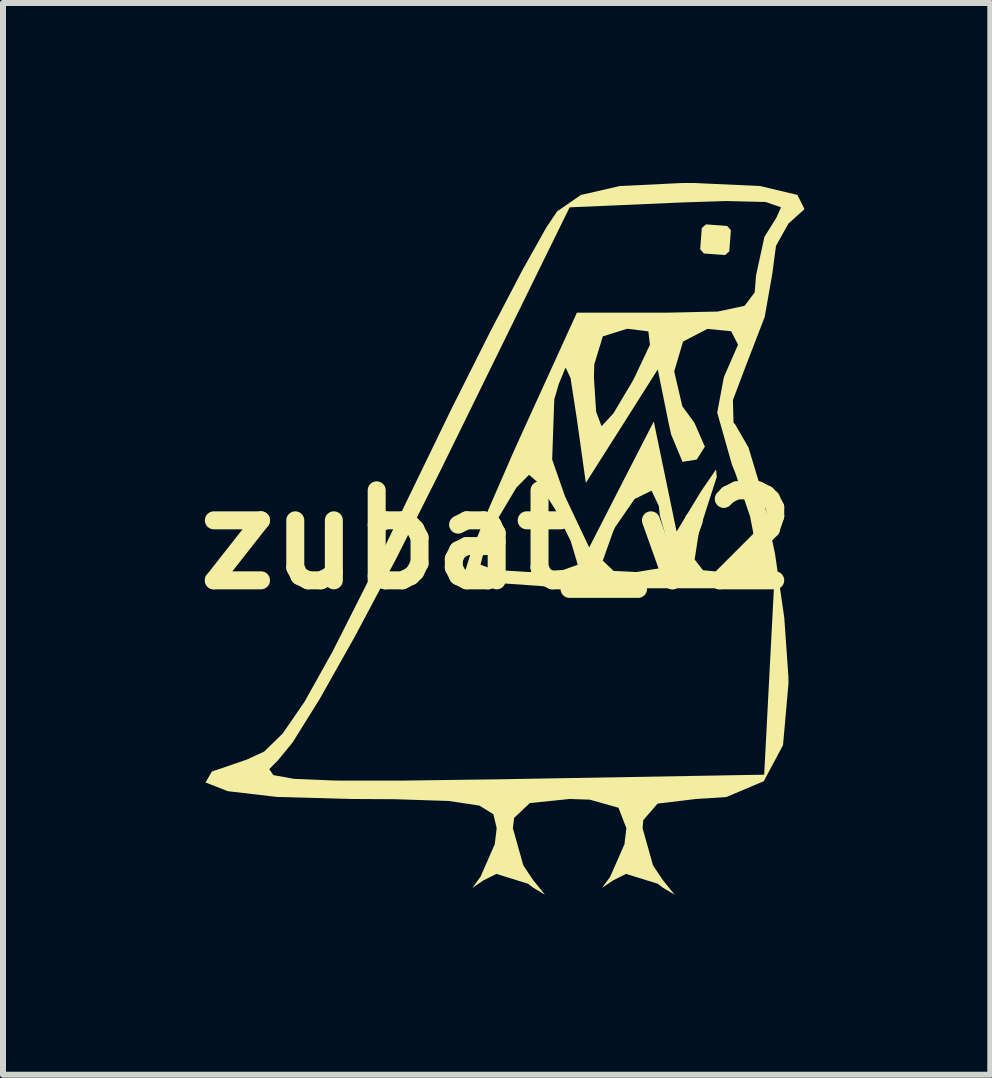
<source format=kicad_pcb>
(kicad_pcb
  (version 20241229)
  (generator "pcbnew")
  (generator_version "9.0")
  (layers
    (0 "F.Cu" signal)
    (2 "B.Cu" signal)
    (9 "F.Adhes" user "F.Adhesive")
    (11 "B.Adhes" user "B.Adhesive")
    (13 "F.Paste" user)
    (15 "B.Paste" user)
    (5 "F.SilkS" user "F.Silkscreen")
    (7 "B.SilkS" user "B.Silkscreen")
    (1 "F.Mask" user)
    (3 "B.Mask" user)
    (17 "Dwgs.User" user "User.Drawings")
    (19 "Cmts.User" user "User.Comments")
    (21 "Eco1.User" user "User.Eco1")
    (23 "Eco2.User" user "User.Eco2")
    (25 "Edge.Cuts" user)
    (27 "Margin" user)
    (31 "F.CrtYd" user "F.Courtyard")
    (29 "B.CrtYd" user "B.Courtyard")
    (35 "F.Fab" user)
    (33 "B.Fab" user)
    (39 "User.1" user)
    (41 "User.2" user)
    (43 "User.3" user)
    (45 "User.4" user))
  (footprint "zubat_v2"
    (layer "F.Cu")
    (at 5.229 5.945)
    (property "Reference" "zubat_v2" (at 0 0 0) (layer "F.SilkS") (effects (font (size 1.5 1.5) (thickness 0.3))))
    (attr board_only exclude_from_pos_files exclude_from_bom)
    (fp_poly (pts (xy 3.843 -5.228) (xy 3.904 -5.157) (xy 3.877 -4.804) (xy 3.806 -4.743) (xy 3.453 -4.77) (xy 3.392 -4.841) (xy 3.419 -5.194) (xy 3.49 -5.255)) (stroke (width 0) (type solid)) (fill yes) (layer "F.SilkS"))
    (fp_poly (pts (xy 4.392 -5.894) (xy 5.013 -5.746) (xy 5.131 -5.509) (xy 4.864 -5.269) (xy 4.656 -4.897) (xy 4.594 -4.429) (xy 4.468 -3.713) (xy 4.166 -2.929) (xy 4.163 -2.923) (xy 3.938 -2.326) (xy 3.948 -1.949) (xy 3.974 -1.923) (xy 4.197 -1.537) (xy 4.429 -0.767) (xy 4.639 0.231) (xy 4.794 1.302) (xy 4.863 2.29) (xy 4.864 2.398) (xy 4.773 3.426) (xy 4.452 4.027) (xy 3.83 4.29) (xy 3.324 4.323) (xy 2.683 4.4) (xy 2.444 4.675) (xy 2.432 4.81) (xy 2.606 5.429) (xy 2.77 5.675) (xy 2.967 5.919) (xy 2.773 5.803) (xy 2.682 5.735) (xy 2.156 5.572) (xy 1.939 5.681) (xy 1.756 5.805) (xy 1.891 5.62) (xy 2.13 5.077) (xy 2.162 4.81) (xy 2.03 4.469) (xy 1.551 4.334) (xy 1.216 4.323) (xy 0.553 4.391) (xy 0.291 4.638) (xy 0.27 4.81) (xy 0.444 5.429) (xy 0.608 5.675) (xy 0.805 5.919) (xy 0.611 5.803) (xy 0.52 5.735) (xy -0.005 5.572) (xy -0.223 5.681) (xy -0.406 5.805) (xy -0.27 5.62) (xy -0.032 5.077) (xy 0 4.81) (xy -0.055 4.577) (xy -0.289 4.433) (xy -0.802 4.356) (xy -1.695 4.327) (xy -2.432 4.323) (xy -3.664 4.289) (xy -4.482 4.193) (xy -4.853 4.048) (xy -4.747 3.865) (xy -4.628 3.825) (xy -3.791 3.825) (xy -3.723 3.925) (xy -3.379 3.987) (xy -2.693 4.016) (xy -1.603 4.017) (xy -0.042 3.996) (xy 0.141 3.993) (xy 4.459 3.918) (xy 4.54 2.364) (xy 4.621 0.811) (xy 2.04 0.811) (xy 0.934 0.788) (xy 0.065 0.726) (xy -0.45 0.636) (xy -0.54 0.574) (xy -0.492 0.418) (xy -0.27 0.418) (xy -0.035 0.504) (xy 0.532 0.54) (xy 0.54 0.54) (xy 1.11 0.505) (xy 1.351 0.419) (xy 1.351 0.418) (xy 1.331 0.35) (xy 1.769 0.35) (xy 1.948 0.521) (xy 2.332 0.54) (xy 2.826 0.459) (xy 2.886 0.169) (xy 2.866 0.113) (xy 2.72 -0.402) (xy 2.702 -0.563) (xy 2.581 -0.816) (xy 2.299 -0.677) (xy 1.978 -0.213) (xy 1.941 -0.135) (xy 1.769 0.35) (xy 1.331 0.35) (xy 1.236 0.029) (xy 0.976 -0.503) (xy 0.694 -0.946) (xy 0.54 -1.081) (xy 0.33 -0.869) (xy 0.042 -0.387) (xy -0.197 0.134) (xy -0.27 0.418) (xy -0.492 0.418) (xy -0.435 0.234) (xy -0.154 -0.465) (xy 0.225 -1.335) (xy 0.925 -1.335) (xy 1.14 -0.719) (xy 1.542 0.13) (xy 2.08 -0.92) (xy 2.619 -1.97) (xy 2.809 -1.052) (xy 2.999 -0.135) (xy 3.41 -0.811) (xy 3.657 -1.171) (xy 3.668 -1.046) (xy 3.636 -0.946) (xy 3.369 -0.114) (xy 3.3 0.331) (xy 3.439 0.51) (xy 3.751 0.54) (xy 4.219 0.375) (xy 4.323 0.126) (xy 4.224 -0.385) (xy 3.978 -1.111) (xy 3.922 -1.249) (xy 3.676 -2.117) (xy 3.787 -2.709) (xy 4.023 -3.249) (xy 3.909 -3.473) (xy 3.513 -3.513) (xy 3.107 -3.302) (xy 2.959 -2.804) (xy 3.095 -2.223) (xy 3.297 -1.946) (xy 3.47 -1.55) (xy 3.334 -1.334) (xy 3.097 -1.297) (xy 2.908 -1.753) (xy 2.866 -1.942) (xy 2.685 -2.837) (xy 2.086 -1.891) (xy 1.486 -0.946) (xy 1.334 -2.027) (xy 1.231 -2.694) (xy 1.227 -2.702) (xy 1.621 -2.702) (xy 1.658 -2.132) (xy 1.748 -1.892) (xy 1.749 -1.891) (xy 1.946 -2.105) (xy 2.257 -2.627) (xy 2.297 -2.702) (xy 2.555 -3.249) (xy 2.528 -3.471) (xy 2.194 -3.513) (xy 2.169 -3.513) (xy 1.769 -3.388) (xy 1.627 -2.922) (xy 1.621 -2.702) (xy 1.227 -2.702) (xy 1.149 -2.869) (xy 1.036 -2.596) (xy 0.96 -2.337) (xy 0.925 -1.335) (xy 0.225 -1.335) (xy 0.249 -1.392) (xy 0.398 -1.723) (xy 1.337 -3.783) (xy 2.83 -3.783) (xy 3.686 -3.802) (xy 4.132 -3.897) (xy 4.301 -4.121) (xy 4.323 -4.404) (xy 4.463 -5.047) (xy 4.661 -5.364) (xy 4.74 -5.539) (xy 4.484 -5.628) (xy 3.816 -5.644) (xy 3.107 -5.621) (xy 1.216 -5.539) (xy -0.951 -1.123) (xy -1.676 0.319) (xy -2.359 1.607) (xy -2.95 2.656) (xy -3.401 3.38) (xy -3.647 3.68) (xy -3.791 3.825) (xy -4.628 3.825) (xy -4.167 3.667) (xy -3.875 3.532) (xy -3.567 3.232) (xy -3.201 2.699) (xy -2.736 1.866) (xy -2.13 0.666) (xy -1.445 -0.754) (xy -0.755 -2.177) (xy -0.114 -3.454) (xy 0.429 -4.493) (xy 0.828 -5.204) (xy 1.008 -5.472) (xy 1.403 -5.745) (xy 2.051 -5.894) (xy 3.085 -5.944) (xy 3.284 -5.945)) (stroke (width 0) (type solid)) (fill yes) (layer "F.SilkS")))
  (gr_rect
    (start -3 -3)
    (end 13.457 14.864)
    (stroke (width 0.1) (type default))
    (fill no)
    (layer "Edge.Cuts")))
</source>
